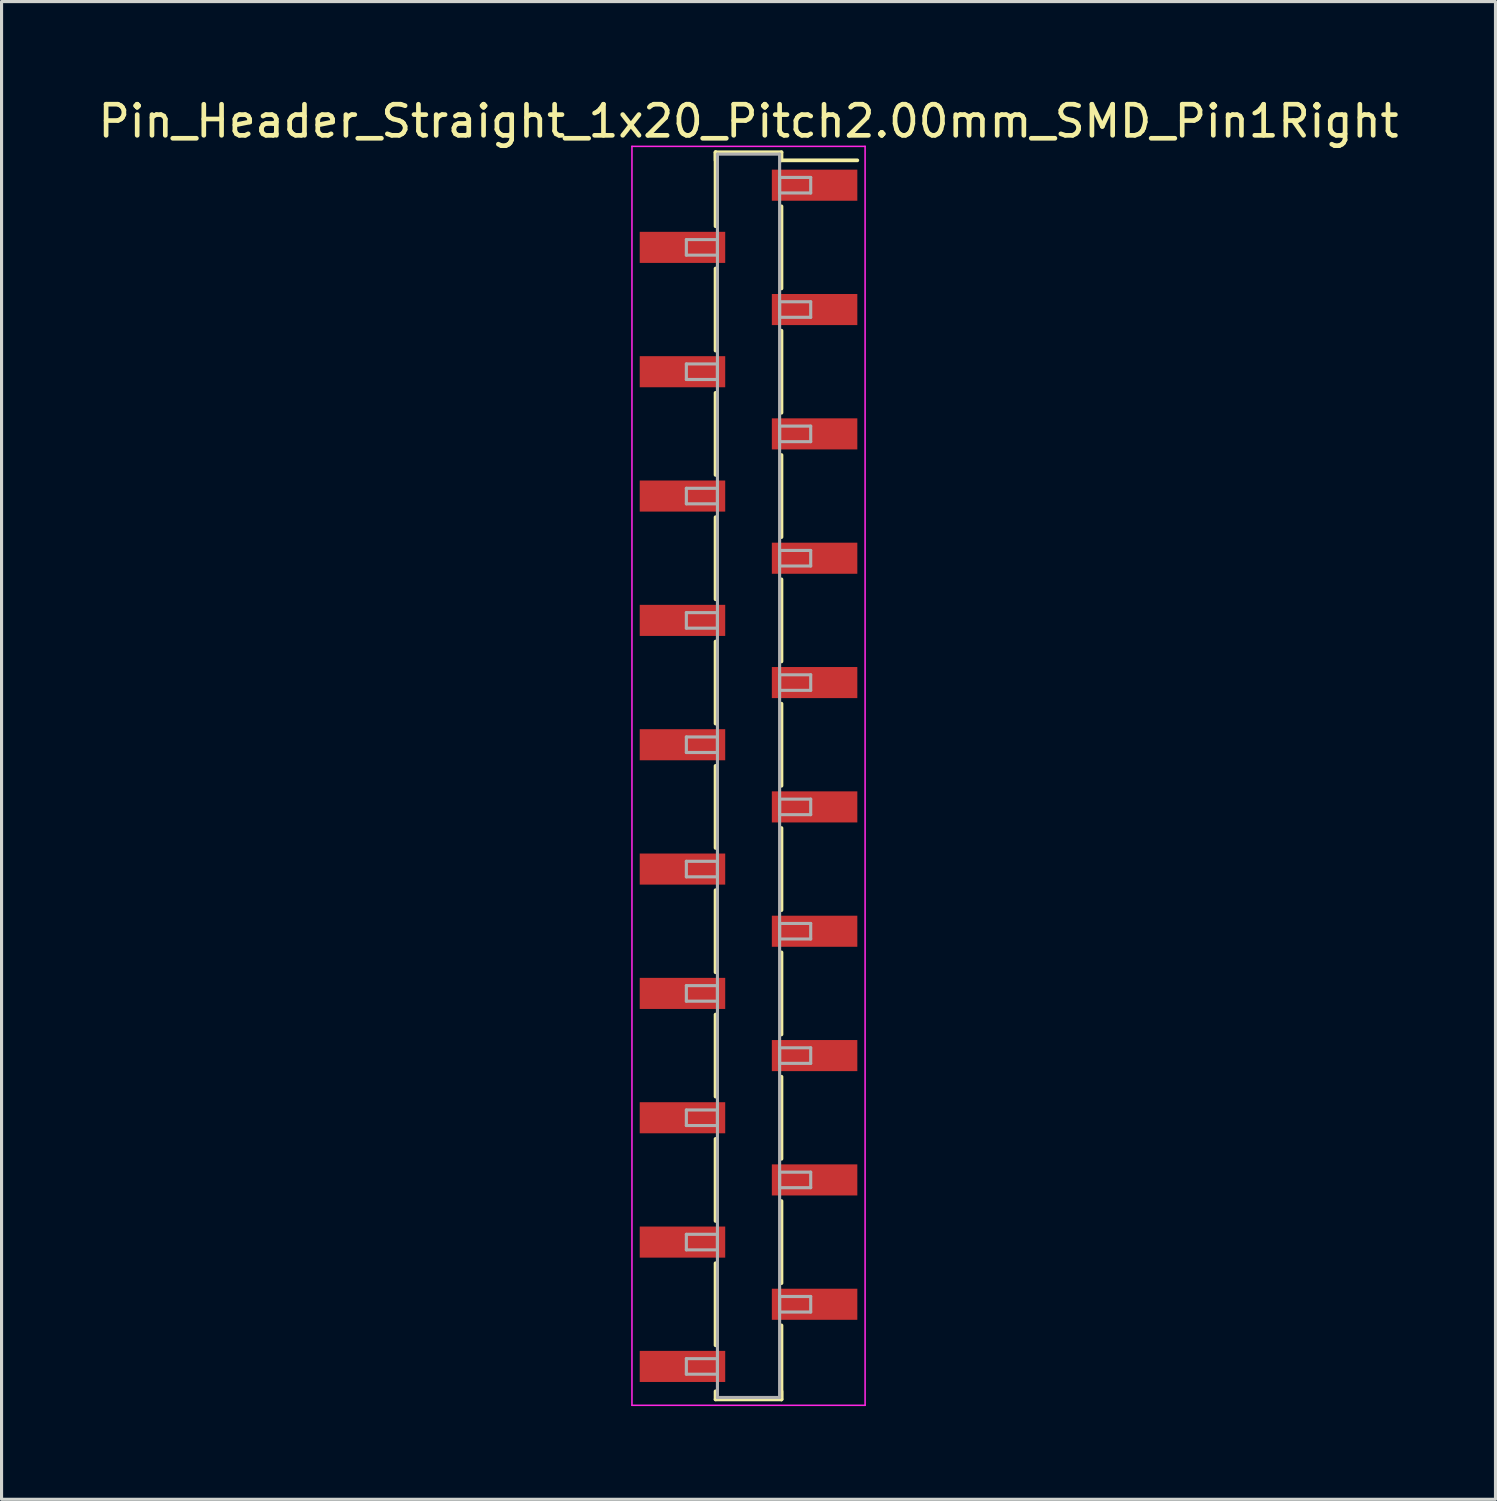
<source format=kicad_pcb>
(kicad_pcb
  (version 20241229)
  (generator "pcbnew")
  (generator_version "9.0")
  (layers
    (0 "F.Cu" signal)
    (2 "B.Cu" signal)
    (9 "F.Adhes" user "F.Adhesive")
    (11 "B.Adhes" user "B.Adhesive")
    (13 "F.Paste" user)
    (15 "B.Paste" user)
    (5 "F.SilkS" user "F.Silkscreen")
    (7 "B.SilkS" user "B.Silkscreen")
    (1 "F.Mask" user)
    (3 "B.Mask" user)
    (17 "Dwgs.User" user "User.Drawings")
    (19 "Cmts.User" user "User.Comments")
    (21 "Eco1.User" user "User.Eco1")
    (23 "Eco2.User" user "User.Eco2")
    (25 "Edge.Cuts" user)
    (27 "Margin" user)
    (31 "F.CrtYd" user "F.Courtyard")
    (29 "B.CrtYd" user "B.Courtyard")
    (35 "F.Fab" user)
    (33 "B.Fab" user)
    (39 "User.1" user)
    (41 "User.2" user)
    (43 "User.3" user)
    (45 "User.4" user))
  (footprint "Pin_Header_Straight_1x20_Pitch2.00mm_SMD_Pin1Right"
    (layer "F.Cu")
    (at 21.03 21.908)
    (property "Reference" "Pin_Header_Straight_1x20_Pitch2.00mm_SMD_Pin1Right" (at 0 -21.06 0) (layer "F.SilkS") (effects (font (size 1 1) (thickness 0.15))))
    (attr smd)
    (fp_line (start -1.06 -20.06) (end -1.06 -17.68) (stroke (width 0.12) (type solid)) (layer "F.SilkS"))
    (fp_line (start -1.06 -20.06) (end 1.06 -20.06) (stroke (width 0.12) (type solid)) (layer "F.SilkS"))
    (fp_line (start -1.06 -19.8) (end -1.06 -20.06) (stroke (width 0.12) (type solid)) (layer "F.SilkS"))
    (fp_line (start -1.06 -16.32) (end -1.06 -13.68) (stroke (width 0.12) (type solid)) (layer "F.SilkS"))
    (fp_line (start -1.06 -12.32) (end -1.06 -9.68) (stroke (width 0.12) (type solid)) (layer "F.SilkS"))
    (fp_line (start -1.06 -8.32) (end -1.06 -5.68) (stroke (width 0.12) (type solid)) (layer "F.SilkS"))
    (fp_line (start -1.06 -4.32) (end -1.06 -1.68) (stroke (width 0.12) (type solid)) (layer "F.SilkS"))
    (fp_line (start -1.06 -0.32) (end -1.06 2.32) (stroke (width 0.12) (type solid)) (layer "F.SilkS"))
    (fp_line (start -1.06 3.68) (end -1.06 6.32) (stroke (width 0.12) (type solid)) (layer "F.SilkS"))
    (fp_line (start -1.06 7.68) (end -1.06 10.32) (stroke (width 0.12) (type solid)) (layer "F.SilkS"))
    (fp_line (start -1.06 11.68) (end -1.06 14.32) (stroke (width 0.12) (type solid)) (layer "F.SilkS"))
    (fp_line (start -1.06 15.68) (end -1.06 18.32) (stroke (width 0.12) (type solid)) (layer "F.SilkS"))
    (fp_line (start -1.06 19.8) (end -1.06 20.06) (stroke (width 0.12) (type solid)) (layer "F.SilkS"))
    (fp_line (start -1.06 20.06) (end 1.06 20.06) (stroke (width 0.12) (type solid)) (layer "F.SilkS"))
    (fp_line (start 1.06 -20.06) (end 1.06 -19.8) (stroke (width 0.12) (type solid)) (layer "F.SilkS"))
    (fp_line (start 1.06 -19.8) (end 3.5 -19.8) (stroke (width 0.12) (type solid)) (layer "F.SilkS"))
    (fp_line (start 1.06 -18.32) (end 1.06 -15.68) (stroke (width 0.12) (type solid)) (layer "F.SilkS"))
    (fp_line (start 1.06 -14.32) (end 1.06 -11.68) (stroke (width 0.12) (type solid)) (layer "F.SilkS"))
    (fp_line (start 1.06 -10.32) (end 1.06 -7.68) (stroke (width 0.12) (type solid)) (layer "F.SilkS"))
    (fp_line (start 1.06 -6.32) (end 1.06 -3.68) (stroke (width 0.12) (type solid)) (layer "F.SilkS"))
    (fp_line (start 1.06 -2.32) (end 1.06 0.32) (stroke (width 0.12) (type solid)) (layer "F.SilkS"))
    (fp_line (start 1.06 1.68) (end 1.06 4.32) (stroke (width 0.12) (type solid)) (layer "F.SilkS"))
    (fp_line (start 1.06 5.68) (end 1.06 8.32) (stroke (width 0.12) (type solid)) (layer "F.SilkS"))
    (fp_line (start 1.06 9.68) (end 1.06 12.32) (stroke (width 0.12) (type solid)) (layer "F.SilkS"))
    (fp_line (start 1.06 13.68) (end 1.06 16.32) (stroke (width 0.12) (type solid)) (layer "F.SilkS"))
    (fp_line (start 1.06 17.68) (end 1.06 20.06) (stroke (width 0.12) (type solid)) (layer "F.SilkS"))
    (fp_line (start 1.06 20.06) (end 1.06 19.8) (stroke (width 0.12) (type solid)) (layer "F.SilkS"))
    (fp_line (start -3.75 -20.25) (end -3.75 20.25) (stroke (width 0.05) (type solid)) (layer "F.CrtYd"))
    (fp_line (start -3.75 20.25) (end 3.75 20.25) (stroke (width 0.05) (type solid)) (layer "F.CrtYd"))
    (fp_line (start 3.75 -20.25) (end -3.75 -20.25) (stroke (width 0.05) (type solid)) (layer "F.CrtYd"))
    (fp_line (start 3.75 20.25) (end 3.75 -20.25) (stroke (width 0.05) (type solid)) (layer "F.CrtYd"))
    (fp_line (start -2 -17.25) (end -1 -17.25) (stroke (width 0.1) (type solid)) (layer "F.Fab"))
    (fp_line (start -2 -16.75) (end -2 -17.25) (stroke (width 0.1) (type solid)) (layer "F.Fab"))
    (fp_line (start -2 -13.25) (end -1 -13.25) (stroke (width 0.1) (type solid)) (layer "F.Fab"))
    (fp_line (start -2 -12.75) (end -2 -13.25) (stroke (width 0.1) (type solid)) (layer "F.Fab"))
    (fp_line (start -2 -9.25) (end -1 -9.25) (stroke (width 0.1) (type solid)) (layer "F.Fab"))
    (fp_line (start -2 -8.75) (end -2 -9.25) (stroke (width 0.1) (type solid)) (layer "F.Fab"))
    (fp_line (start -2 -5.25) (end -1 -5.25) (stroke (width 0.1) (type solid)) (layer "F.Fab"))
    (fp_line (start -2 -4.75) (end -2 -5.25) (stroke (width 0.1) (type solid)) (layer "F.Fab"))
    (fp_line (start -2 -1.25) (end -1 -1.25) (stroke (width 0.1) (type solid)) (layer "F.Fab"))
    (fp_line (start -2 -0.75) (end -2 -1.25) (stroke (width 0.1) (type solid)) (layer "F.Fab"))
    (fp_line (start -2 2.75) (end -1 2.75) (stroke (width 0.1) (type solid)) (layer "F.Fab"))
    (fp_line (start -2 3.25) (end -2 2.75) (stroke (width 0.1) (type solid)) (layer "F.Fab"))
    (fp_line (start -2 6.75) (end -1 6.75) (stroke (width 0.1) (type solid)) (layer "F.Fab"))
    (fp_line (start -2 7.25) (end -2 6.75) (stroke (width 0.1) (type solid)) (layer "F.Fab"))
    (fp_line (start -2 10.75) (end -1 10.75) (stroke (width 0.1) (type solid)) (layer "F.Fab"))
    (fp_line (start -2 11.25) (end -2 10.75) (stroke (width 0.1) (type solid)) (layer "F.Fab"))
    (fp_line (start -2 14.75) (end -1 14.75) (stroke (width 0.1) (type solid)) (layer "F.Fab"))
    (fp_line (start -2 15.25) (end -2 14.75) (stroke (width 0.1) (type solid)) (layer "F.Fab"))
    (fp_line (start -2 18.75) (end -1 18.75) (stroke (width 0.1) (type solid)) (layer "F.Fab"))
    (fp_line (start -2 19.25) (end -2 18.75) (stroke (width 0.1) (type solid)) (layer "F.Fab"))
    (fp_line (start -1 -20) (end -1 20) (stroke (width 0.1) (type solid)) (layer "F.Fab"))
    (fp_line (start -1 -17.25) (end -1 -16.75) (stroke (width 0.1) (type solid)) (layer "F.Fab"))
    (fp_line (start -1 -16.75) (end -2 -16.75) (stroke (width 0.1) (type solid)) (layer "F.Fab"))
    (fp_line (start -1 -13.25) (end -1 -12.75) (stroke (width 0.1) (type solid)) (layer "F.Fab"))
    (fp_line (start -1 -12.75) (end -2 -12.75) (stroke (width 0.1) (type solid)) (layer "F.Fab"))
    (fp_line (start -1 -9.25) (end -1 -8.75) (stroke (width 0.1) (type solid)) (layer "F.Fab"))
    (fp_line (start -1 -8.75) (end -2 -8.75) (stroke (width 0.1) (type solid)) (layer "F.Fab"))
    (fp_line (start -1 -5.25) (end -1 -4.75) (stroke (width 0.1) (type solid)) (layer "F.Fab"))
    (fp_line (start -1 -4.75) (end -2 -4.75) (stroke (width 0.1) (type solid)) (layer "F.Fab"))
    (fp_line (start -1 -1.25) (end -1 -0.75) (stroke (width 0.1) (type solid)) (layer "F.Fab"))
    (fp_line (start -1 -0.75) (end -2 -0.75) (stroke (width 0.1) (type solid)) (layer "F.Fab"))
    (fp_line (start -1 2.75) (end -1 3.25) (stroke (width 0.1) (type solid)) (layer "F.Fab"))
    (fp_line (start -1 3.25) (end -2 3.25) (stroke (width 0.1) (type solid)) (layer "F.Fab"))
    (fp_line (start -1 6.75) (end -1 7.25) (stroke (width 0.1) (type solid)) (layer "F.Fab"))
    (fp_line (start -1 7.25) (end -2 7.25) (stroke (width 0.1) (type solid)) (layer "F.Fab"))
    (fp_line (start -1 10.75) (end -1 11.25) (stroke (width 0.1) (type solid)) (layer "F.Fab"))
    (fp_line (start -1 11.25) (end -2 11.25) (stroke (width 0.1) (type solid)) (layer "F.Fab"))
    (fp_line (start -1 14.75) (end -1 15.25) (stroke (width 0.1) (type solid)) (layer "F.Fab"))
    (fp_line (start -1 15.25) (end -2 15.25) (stroke (width 0.1) (type solid)) (layer "F.Fab"))
    (fp_line (start -1 18.75) (end -1 19.25) (stroke (width 0.1) (type solid)) (layer "F.Fab"))
    (fp_line (start -1 19.25) (end -2 19.25) (stroke (width 0.1) (type solid)) (layer "F.Fab"))
    (fp_line (start -1 20) (end 1 20) (stroke (width 0.1) (type solid)) (layer "F.Fab"))
    (fp_line (start 1 -20) (end -1 -20) (stroke (width 0.1) (type solid)) (layer "F.Fab"))
    (fp_line (start 1 -19.25) (end 1 -18.75) (stroke (width 0.1) (type solid)) (layer "F.Fab"))
    (fp_line (start 1 -18.75) (end 2 -18.75) (stroke (width 0.1) (type solid)) (layer "F.Fab"))
    (fp_line (start 1 -15.25) (end 1 -14.75) (stroke (width 0.1) (type solid)) (layer "F.Fab"))
    (fp_line (start 1 -14.75) (end 2 -14.75) (stroke (width 0.1) (type solid)) (layer "F.Fab"))
    (fp_line (start 1 -11.25) (end 1 -10.75) (stroke (width 0.1) (type solid)) (layer "F.Fab"))
    (fp_line (start 1 -10.75) (end 2 -10.75) (stroke (width 0.1) (type solid)) (layer "F.Fab"))
    (fp_line (start 1 -7.25) (end 1 -6.75) (stroke (width 0.1) (type solid)) (layer "F.Fab"))
    (fp_line (start 1 -6.75) (end 2 -6.75) (stroke (width 0.1) (type solid)) (layer "F.Fab"))
    (fp_line (start 1 -3.25) (end 1 -2.75) (stroke (width 0.1) (type solid)) (layer "F.Fab"))
    (fp_line (start 1 -2.75) (end 2 -2.75) (stroke (width 0.1) (type solid)) (layer "F.Fab"))
    (fp_line (start 1 0.75) (end 1 1.25) (stroke (width 0.1) (type solid)) (layer "F.Fab"))
    (fp_line (start 1 1.25) (end 2 1.25) (stroke (width 0.1) (type solid)) (layer "F.Fab"))
    (fp_line (start 1 4.75) (end 1 5.25) (stroke (width 0.1) (type solid)) (layer "F.Fab"))
    (fp_line (start 1 5.25) (end 2 5.25) (stroke (width 0.1) (type solid)) (layer "F.Fab"))
    (fp_line (start 1 8.75) (end 1 9.25) (stroke (width 0.1) (type solid)) (layer "F.Fab"))
    (fp_line (start 1 9.25) (end 2 9.25) (stroke (width 0.1) (type solid)) (layer "F.Fab"))
    (fp_line (start 1 12.75) (end 1 13.25) (stroke (width 0.1) (type solid)) (layer "F.Fab"))
    (fp_line (start 1 13.25) (end 2 13.25) (stroke (width 0.1) (type solid)) (layer "F.Fab"))
    (fp_line (start 1 16.75) (end 1 17.25) (stroke (width 0.1) (type solid)) (layer "F.Fab"))
    (fp_line (start 1 17.25) (end 2 17.25) (stroke (width 0.1) (type solid)) (layer "F.Fab"))
    (fp_line (start 1 20) (end 1 -20) (stroke (width 0.1) (type solid)) (layer "F.Fab"))
    (fp_line (start 2 -19.25) (end 1 -19.25) (stroke (width 0.1) (type solid)) (layer "F.Fab"))
    (fp_line (start 2 -18.75) (end 2 -19.25) (stroke (width 0.1) (type solid)) (layer "F.Fab"))
    (fp_line (start 2 -15.25) (end 1 -15.25) (stroke (width 0.1) (type solid)) (layer "F.Fab"))
    (fp_line (start 2 -14.75) (end 2 -15.25) (stroke (width 0.1) (type solid)) (layer "F.Fab"))
    (fp_line (start 2 -11.25) (end 1 -11.25) (stroke (width 0.1) (type solid)) (layer "F.Fab"))
    (fp_line (start 2 -10.75) (end 2 -11.25) (stroke (width 0.1) (type solid)) (layer "F.Fab"))
    (fp_line (start 2 -7.25) (end 1 -7.25) (stroke (width 0.1) (type solid)) (layer "F.Fab"))
    (fp_line (start 2 -6.75) (end 2 -7.25) (stroke (width 0.1) (type solid)) (layer "F.Fab"))
    (fp_line (start 2 -3.25) (end 1 -3.25) (stroke (width 0.1) (type solid)) (layer "F.Fab"))
    (fp_line (start 2 -2.75) (end 2 -3.25) (stroke (width 0.1) (type solid)) (layer "F.Fab"))
    (fp_line (start 2 0.75) (end 1 0.75) (stroke (width 0.1) (type solid)) (layer "F.Fab"))
    (fp_line (start 2 1.25) (end 2 0.75) (stroke (width 0.1) (type solid)) (layer "F.Fab"))
    (fp_line (start 2 4.75) (end 1 4.75) (stroke (width 0.1) (type solid)) (layer "F.Fab"))
    (fp_line (start 2 5.25) (end 2 4.75) (stroke (width 0.1) (type solid)) (layer "F.Fab"))
    (fp_line (start 2 8.75) (end 1 8.75) (stroke (width 0.1) (type solid)) (layer "F.Fab"))
    (fp_line (start 2 9.25) (end 2 8.75) (stroke (width 0.1) (type solid)) (layer "F.Fab"))
    (fp_line (start 2 12.75) (end 1 12.75) (stroke (width 0.1) (type solid)) (layer "F.Fab"))
    (fp_line (start 2 13.25) (end 2 12.75) (stroke (width 0.1) (type solid)) (layer "F.Fab"))
    (fp_line (start 2 16.75) (end 1 16.75) (stroke (width 0.1) (type solid)) (layer "F.Fab"))
    (fp_line (start 2 17.25) (end 2 16.75) (stroke (width 0.1) (type solid)) (layer "F.Fab"))
    (pad "1" smd rect (at 2.125 -19) (size 2.75 1) (layers "F.Cu" "F.Mask"))
    (pad "2" smd rect (at -2.125 -17) (size 2.75 1) (layers "F.Cu" "F.Mask"))
    (pad "3" smd rect (at 2.125 -15) (size 2.75 1) (layers "F.Cu" "F.Mask"))
    (pad "4" smd rect (at -2.125 -13) (size 2.75 1) (layers "F.Cu" "F.Mask"))
    (pad "5" smd rect (at 2.125 -11) (size 2.75 1) (layers "F.Cu" "F.Mask"))
    (pad "6" smd rect (at -2.125 -9) (size 2.75 1) (layers "F.Cu" "F.Mask"))
    (pad "7" smd rect (at 2.125 -7) (size 2.75 1) (layers "F.Cu" "F.Mask"))
    (pad "8" smd rect (at -2.125 -5) (size 2.75 1) (layers "F.Cu" "F.Mask"))
    (pad "9" smd rect (at 2.125 -3) (size 2.75 1) (layers "F.Cu" "F.Mask"))
    (pad "10" smd rect (at -2.125 -1) (size 2.75 1) (layers "F.Cu" "F.Mask"))
    (pad "11" smd rect (at 2.125 1) (size 2.75 1) (layers "F.Cu" "F.Mask"))
    (pad "12" smd rect (at -2.125 3) (size 2.75 1) (layers "F.Cu" "F.Mask"))
    (pad "13" smd rect (at 2.125 5) (size 2.75 1) (layers "F.Cu" "F.Mask"))
    (pad "14" smd rect (at -2.125 7) (size 2.75 1) (layers "F.Cu" "F.Mask"))
    (pad "15" smd rect (at 2.125 9) (size 2.75 1) (layers "F.Cu" "F.Mask"))
    (pad "16" smd rect (at -2.125 11) (size 2.75 1) (layers "F.Cu" "F.Mask"))
    (pad "17" smd rect (at 2.125 13) (size 2.75 1) (layers "F.Cu" "F.Mask"))
    (pad "18" smd rect (at -2.125 15) (size 2.75 1) (layers "F.Cu" "F.Mask"))
    (pad "19" smd rect (at 2.125 17) (size 2.75 1) (layers "F.Cu" "F.Mask"))
    (pad "20" smd rect (at -2.125 19) (size 2.75 1) (layers "F.Cu" "F.Mask")))
  (gr_rect
    (start -3 -3)
    (end 45.06 45.183)
    (stroke (width 0.1) (type default))
    (fill no)
    (layer "Edge.Cuts")))
</source>
